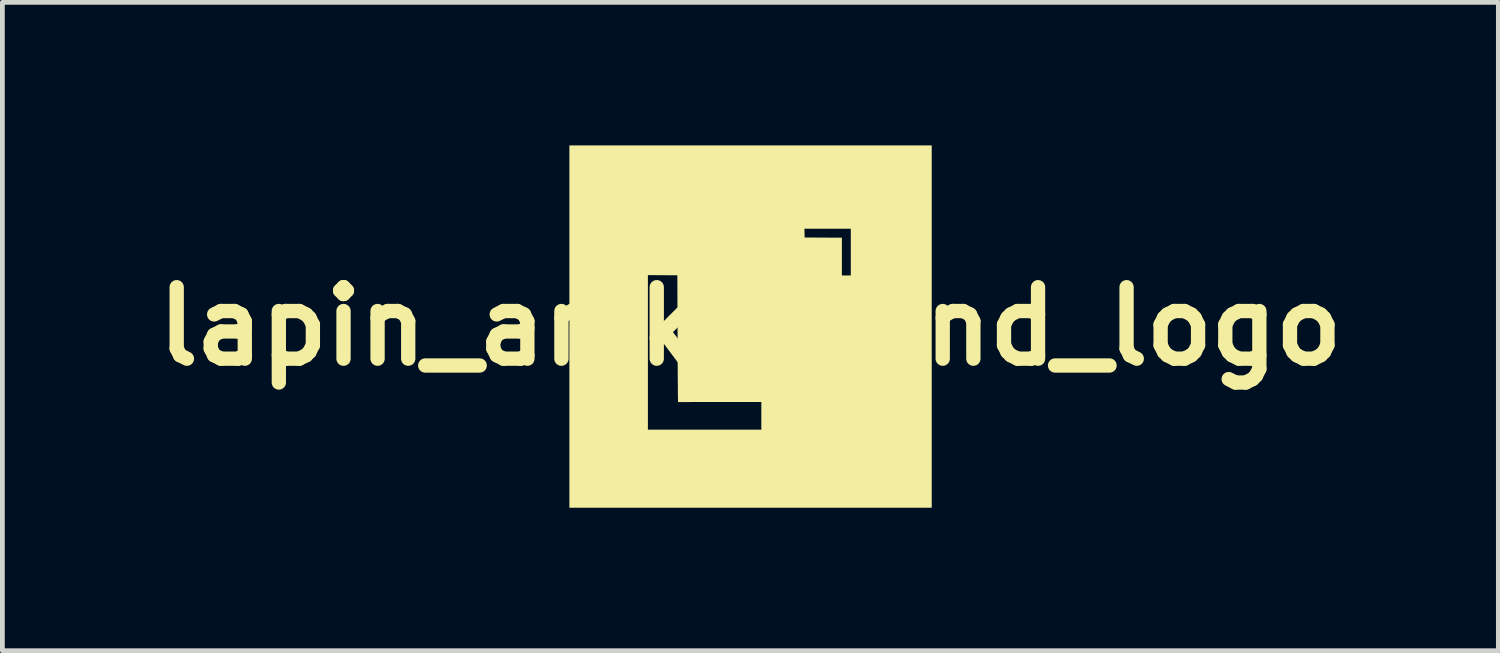
<source format=kicad_pcb>
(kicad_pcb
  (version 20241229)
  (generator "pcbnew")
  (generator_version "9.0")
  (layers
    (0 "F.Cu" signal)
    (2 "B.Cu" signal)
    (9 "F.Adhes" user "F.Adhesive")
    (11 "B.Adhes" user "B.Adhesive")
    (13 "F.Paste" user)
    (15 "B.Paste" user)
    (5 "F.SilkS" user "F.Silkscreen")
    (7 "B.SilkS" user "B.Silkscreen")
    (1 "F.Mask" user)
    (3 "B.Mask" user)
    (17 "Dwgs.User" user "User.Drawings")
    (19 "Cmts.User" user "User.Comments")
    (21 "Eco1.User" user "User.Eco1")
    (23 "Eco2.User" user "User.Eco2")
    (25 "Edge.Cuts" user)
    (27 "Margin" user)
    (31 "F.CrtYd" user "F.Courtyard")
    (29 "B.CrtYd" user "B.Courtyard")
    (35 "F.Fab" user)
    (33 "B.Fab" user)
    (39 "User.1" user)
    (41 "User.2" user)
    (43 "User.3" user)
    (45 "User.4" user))
  (footprint "lapin_amk_round_logo"
    (layer "F.Cu")
    (at 12.693 3.797)
    (property "Reference" "lapin_amk_round_logo" (at 0 0 0) (layer "F.SilkS") (effects (font (size 1.5 1.5) (thickness 0.3))))
    (attr board_only exclude_from_pos_files exclude_from_bom)
    (fp_poly (pts (xy 3.805 0.004) (xy 3.805 3.805) (xy 0.004 3.805) (xy -3.797 3.805) (xy -3.797 0.546) (xy -2.15 0.546) (xy -2.15 2.167) (xy -0.96 2.167) (xy 0.23 2.167) (xy 0.23 1.877) (xy 0.23 1.587) (xy -0.64 1.587) (xy -0.76 1.587) (xy -0.876 1.587) (xy -0.986 1.587) (xy -1.088 1.587) (xy -1.183 1.587) (xy -1.267 1.588) (xy -1.342 1.588) (xy -1.405 1.588) (xy -1.455 1.588) (xy -1.491 1.589) (xy -1.512 1.589) (xy -1.517 1.589) (xy -1.517 1.581) (xy -1.518 1.557) (xy -1.519 1.517) (xy -1.52 1.463) (xy -1.521 1.396) (xy -1.521 1.316) (xy -1.522 1.225) (xy -1.523 1.123) (xy -1.524 1.011) (xy -1.524 0.89) (xy -1.525 0.762) (xy -1.526 0.626) (xy -1.526 0.484) (xy -1.527 0.338) (xy -1.527 0.26) (xy -1.532 -1.071) (xy -1.841 -1.073) (xy -2.15 -1.075) (xy -2.15 0.546) (xy -3.797 0.546) (xy -3.797 0.004) (xy -3.797 -2.048) (xy 1.134 -2.048) (xy 1.137 -1.956) (xy 1.139 -1.864) (xy 1.529 -1.862) (xy 1.92 -1.86) (xy 1.92 -1.463) (xy 1.92 -1.067) (xy 2.014 -1.067) (xy 2.107 -1.067) (xy 2.107 -1.557) (xy 2.107 -2.048) (xy 1.621 -2.048) (xy 1.134 -2.048) (xy -3.797 -2.048) (xy -3.797 -3.797) (xy 0.004 -3.797) (xy 3.805 -3.797)) (stroke (width 0) (type solid)) (fill yes) (layer "F.SilkS")))
  (gr_rect
    (start -3 -3)
    (end 28.386 10.602)
    (stroke (width 0.1) (type default))
    (fill no)
    (layer "Edge.Cuts")))
</source>
